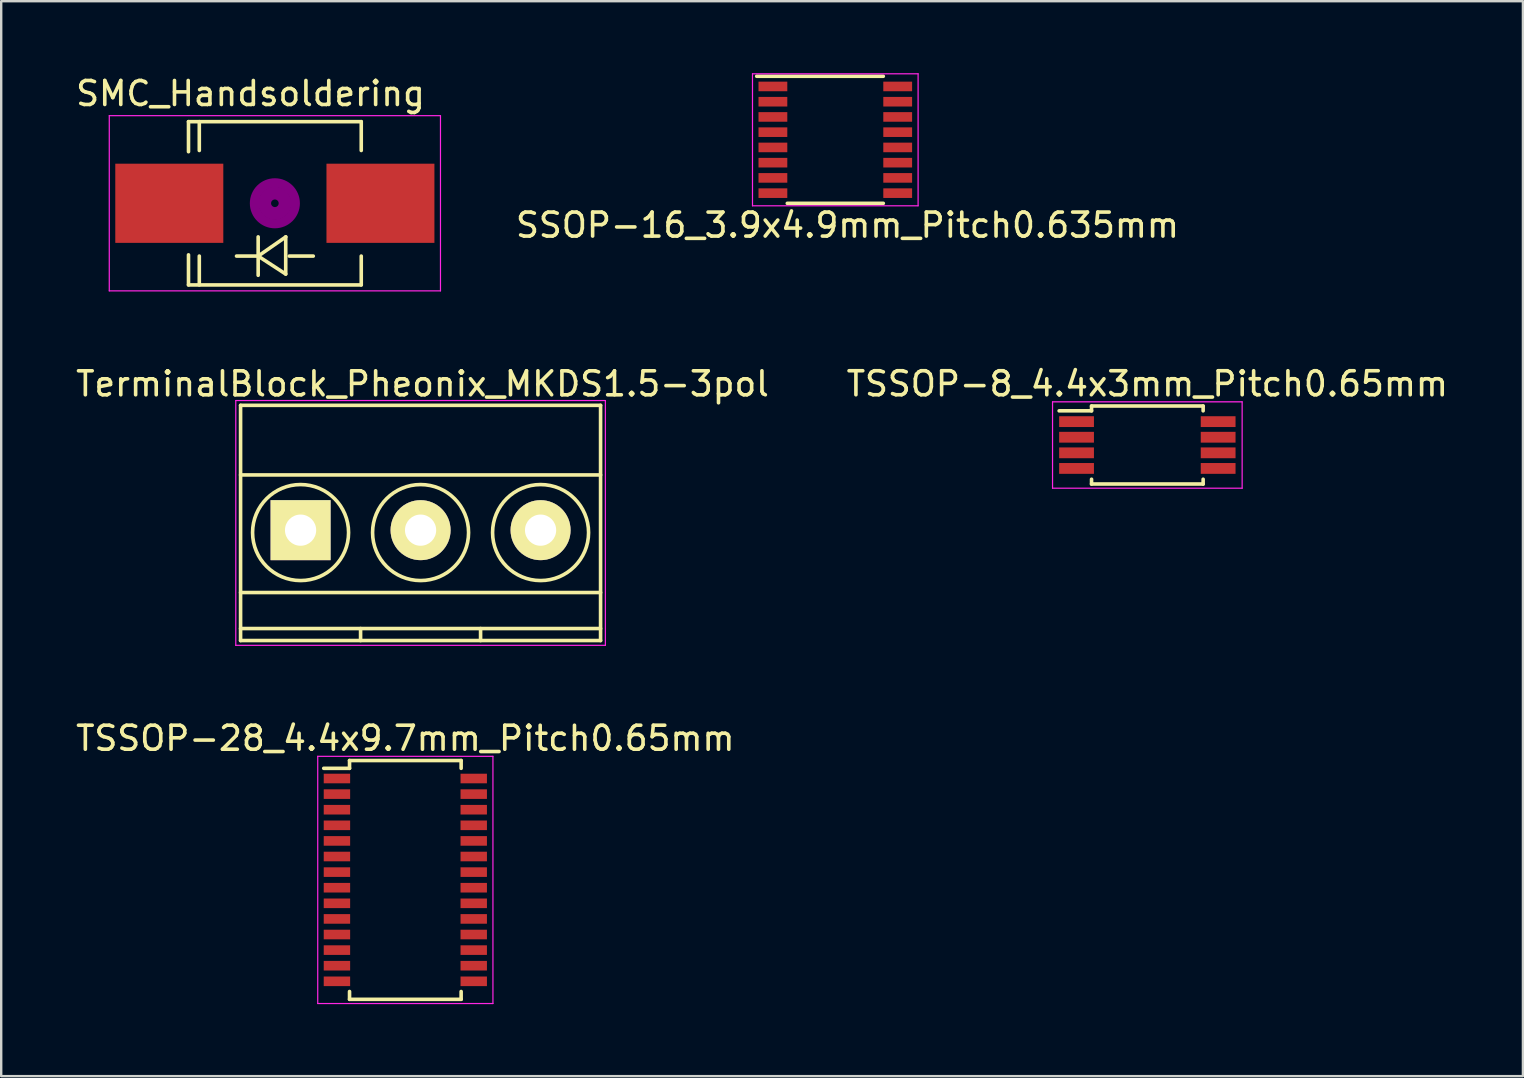
<source format=kicad_pcb>
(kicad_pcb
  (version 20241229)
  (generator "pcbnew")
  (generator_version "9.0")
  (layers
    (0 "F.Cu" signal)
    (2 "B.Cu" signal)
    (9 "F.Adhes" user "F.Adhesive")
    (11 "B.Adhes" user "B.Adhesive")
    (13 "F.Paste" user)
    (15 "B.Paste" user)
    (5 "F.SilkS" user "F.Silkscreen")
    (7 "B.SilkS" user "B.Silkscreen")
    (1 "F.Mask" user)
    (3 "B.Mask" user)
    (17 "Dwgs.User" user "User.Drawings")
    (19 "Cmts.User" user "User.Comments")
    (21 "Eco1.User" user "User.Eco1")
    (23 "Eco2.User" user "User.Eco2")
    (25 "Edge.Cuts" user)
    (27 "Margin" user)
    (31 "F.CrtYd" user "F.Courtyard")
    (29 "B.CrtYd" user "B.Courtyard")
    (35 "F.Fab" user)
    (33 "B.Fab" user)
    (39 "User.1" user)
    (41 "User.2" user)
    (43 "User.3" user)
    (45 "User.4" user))
  (footprint "SSOP-16_3.9x4.9mm_Pitch0.635mm"
    (layer "F.Cu")
    (at 31.754 2.775)
    (property "Reference" "SSOP-16_3.9x4.9mm_Pitch0.635mm" (at 0.508 3.556 0) (layer "F.SilkS") (effects (font (size 1 1) (thickness 0.15))))
    (attr smd)
    (fp_line (start -3.275 -2.647) (end 2 -2.647) (stroke (width 0.15) (type solid)) (layer "F.SilkS"))
    (fp_line (start -2 2.647) (end 2 2.647) (stroke (width 0.15) (type solid)) (layer "F.SilkS"))
    (fp_line (start -3.45 -2.75) (end -3.45 2.75) (stroke (width 0.05) (type solid)) (layer "F.CrtYd"))
    (fp_line (start -3.45 -2.75) (end 3.45 -2.75) (stroke (width 0.05) (type solid)) (layer "F.CrtYd"))
    (fp_line (start -3.45 2.75) (end 3.45 2.75) (stroke (width 0.05) (type solid)) (layer "F.CrtYd"))
    (fp_line (start 3.45 -2.75) (end 3.45 2.75) (stroke (width 0.05) (type solid)) (layer "F.CrtYd"))
    (pad "1" smd rect (at -2.6 -2.223) (size 1.2 0.4) (layers "F.Cu" "F.Mask" "F.Paste"))
    (pad "2" smd rect (at -2.6 -1.587) (size 1.2 0.4) (layers "F.Cu" "F.Mask" "F.Paste"))
    (pad "3" smd rect (at -2.6 -0.953) (size 1.2 0.4) (layers "F.Cu" "F.Mask" "F.Paste"))
    (pad "4" smd rect (at -2.6 -0.318) (size 1.2 0.4) (layers "F.Cu" "F.Mask" "F.Paste"))
    (pad "5" smd rect (at -2.6 0.318) (size 1.2 0.4) (layers "F.Cu" "F.Mask" "F.Paste"))
    (pad "6" smd rect (at -2.6 0.953) (size 1.2 0.4) (layers "F.Cu" "F.Mask" "F.Paste"))
    (pad "7" smd rect (at -2.6 1.587) (size 1.2 0.4) (layers "F.Cu" "F.Mask" "F.Paste"))
    (pad "8" smd rect (at -2.6 2.223) (size 1.2 0.4) (layers "F.Cu" "F.Mask" "F.Paste"))
    (pad "9" smd rect (at 2.6 2.223) (size 1.2 0.4) (layers "F.Cu" "F.Mask" "F.Paste"))
    (pad "10" smd rect (at 2.6 1.587) (size 1.2 0.4) (layers "F.Cu" "F.Mask" "F.Paste"))
    (pad "11" smd rect (at 2.6 0.953) (size 1.2 0.4) (layers "F.Cu" "F.Mask" "F.Paste"))
    (pad "12" smd rect (at 2.6 0.318) (size 1.2 0.4) (layers "F.Cu" "F.Mask" "F.Paste"))
    (pad "13" smd rect (at 2.6 -0.318) (size 1.2 0.4) (layers "F.Cu" "F.Mask" "F.Paste"))
    (pad "14" smd rect (at 2.6 -0.953) (size 1.2 0.4) (layers "F.Cu" "F.Mask" "F.Paste"))
    (pad "15" smd rect (at 2.6 -1.587) (size 1.2 0.4) (layers "F.Cu" "F.Mask" "F.Paste"))
    (pad "16" smd rect (at 2.6 -2.223) (size 1.2 0.4) (layers "F.Cu" "F.Mask" "F.Paste")))
  (footprint "TSSOP-8_4.4x3mm_Pitch0.65mm"
    (layer "F.Cu")
    (at 44.756 15.493)
    (property "Reference" "TSSOP-8_4.4x3mm_Pitch0.65mm" (at 0 -2.55 0) (layer "F.SilkS") (effects (font (size 1 1) (thickness 0.15))))
    (attr smd)
    (fp_line (start -2.325 -1.625) (end -2.325 -1.425) (stroke (width 0.15) (type solid)) (layer "F.SilkS"))
    (fp_line (start -2.325 -1.625) (end 2.325 -1.625) (stroke (width 0.15) (type solid)) (layer "F.SilkS"))
    (fp_line (start -2.325 -1.425) (end -3.675 -1.425) (stroke (width 0.15) (type solid)) (layer "F.SilkS"))
    (fp_line (start -2.325 1.625) (end -2.325 1.425) (stroke (width 0.15) (type solid)) (layer "F.SilkS"))
    (fp_line (start -2.325 1.625) (end 2.325 1.625) (stroke (width 0.15) (type solid)) (layer "F.SilkS"))
    (fp_line (start 2.325 -1.625) (end 2.325 -1.425) (stroke (width 0.15) (type solid)) (layer "F.SilkS"))
    (fp_line (start 2.325 1.625) (end 2.325 1.425) (stroke (width 0.15) (type solid)) (layer "F.SilkS"))
    (fp_line (start -3.95 -1.8) (end -3.95 1.8) (stroke (width 0.05) (type solid)) (layer "F.CrtYd"))
    (fp_line (start -3.95 -1.8) (end 3.95 -1.8) (stroke (width 0.05) (type solid)) (layer "F.CrtYd"))
    (fp_line (start -3.95 1.8) (end 3.95 1.8) (stroke (width 0.05) (type solid)) (layer "F.CrtYd"))
    (fp_line (start 3.95 -1.8) (end 3.95 1.8) (stroke (width 0.05) (type solid)) (layer "F.CrtYd"))
    (pad "1" smd rect (at -2.95 -0.975) (size 1.45 0.45) (layers "F.Cu" "F.Mask" "F.Paste"))
    (pad "2" smd rect (at -2.95 -0.325) (size 1.45 0.45) (layers "F.Cu" "F.Mask" "F.Paste"))
    (pad "3" smd rect (at -2.95 0.325) (size 1.45 0.45) (layers "F.Cu" "F.Mask" "F.Paste"))
    (pad "4" smd rect (at -2.95 0.975) (size 1.45 0.45) (layers "F.Cu" "F.Mask" "F.Paste"))
    (pad "5" smd rect (at 2.95 0.975) (size 1.45 0.45) (layers "F.Cu" "F.Mask" "F.Paste"))
    (pad "6" smd rect (at 2.95 0.325) (size 1.45 0.45) (layers "F.Cu" "F.Mask" "F.Paste"))
    (pad "7" smd rect (at 2.95 -0.325) (size 1.45 0.45) (layers "F.Cu" "F.Mask" "F.Paste"))
    (pad "8" smd rect (at 2.95 -0.975) (size 1.45 0.45) (layers "F.Cu" "F.Mask" "F.Paste")))
  (footprint "TSSOP-28_4.4x9.7mm_Pitch0.65mm"
    (layer "F.Cu")
    (at 13.839 33.613)
    (property "Reference" "TSSOP-28_4.4x9.7mm_Pitch0.65mm" (at 0 -5.9 0) (layer "F.SilkS") (effects (font (size 1 1) (thickness 0.15))))
    (attr smd)
    (fp_line (start -2.325 -4.975) (end -2.325 -4.65) (stroke (width 0.15) (type solid)) (layer "F.SilkS"))
    (fp_line (start -2.325 -4.975) (end 2.325 -4.975) (stroke (width 0.15) (type solid)) (layer "F.SilkS"))
    (fp_line (start -2.325 -4.65) (end -3.4 -4.65) (stroke (width 0.15) (type solid)) (layer "F.SilkS"))
    (fp_line (start -2.325 4.975) (end -2.325 4.65) (stroke (width 0.15) (type solid)) (layer "F.SilkS"))
    (fp_line (start -2.325 4.975) (end 2.325 4.975) (stroke (width 0.15) (type solid)) (layer "F.SilkS"))
    (fp_line (start 2.325 -4.975) (end 2.325 -4.65) (stroke (width 0.15) (type solid)) (layer "F.SilkS"))
    (fp_line (start 2.325 4.975) (end 2.325 4.65) (stroke (width 0.15) (type solid)) (layer "F.SilkS"))
    (fp_line (start -3.65 -5.15) (end -3.65 5.15) (stroke (width 0.05) (type solid)) (layer "F.CrtYd"))
    (fp_line (start -3.65 -5.15) (end 3.65 -5.15) (stroke (width 0.05) (type solid)) (layer "F.CrtYd"))
    (fp_line (start -3.65 5.15) (end 3.65 5.15) (stroke (width 0.05) (type solid)) (layer "F.CrtYd"))
    (fp_line (start 3.65 -5.15) (end 3.65 5.15) (stroke (width 0.05) (type solid)) (layer "F.CrtYd"))
    (pad "1" smd rect (at -2.85 -4.225) (size 1.1 0.4) (layers "F.Cu" "F.Mask" "F.Paste"))
    (pad "2" smd rect (at -2.85 -3.575) (size 1.1 0.4) (layers "F.Cu" "F.Mask" "F.Paste"))
    (pad "3" smd rect (at -2.85 -2.925) (size 1.1 0.4) (layers "F.Cu" "F.Mask" "F.Paste"))
    (pad "4" smd rect (at -2.85 -2.275) (size 1.1 0.4) (layers "F.Cu" "F.Mask" "F.Paste"))
    (pad "5" smd rect (at -2.85 -1.625) (size 1.1 0.4) (layers "F.Cu" "F.Mask" "F.Paste"))
    (pad "6" smd rect (at -2.85 -0.975) (size 1.1 0.4) (layers "F.Cu" "F.Mask" "F.Paste"))
    (pad "7" smd rect (at -2.85 -0.325) (size 1.1 0.4) (layers "F.Cu" "F.Mask" "F.Paste"))
    (pad "8" smd rect (at -2.85 0.325) (size 1.1 0.4) (layers "F.Cu" "F.Mask" "F.Paste"))
    (pad "9" smd rect (at -2.85 0.975) (size 1.1 0.4) (layers "F.Cu" "F.Mask" "F.Paste"))
    (pad "10" smd rect (at -2.85 1.625) (size 1.1 0.4) (layers "F.Cu" "F.Mask" "F.Paste"))
    (pad "11" smd rect (at -2.85 2.275) (size 1.1 0.4) (layers "F.Cu" "F.Mask" "F.Paste"))
    (pad "12" smd rect (at -2.85 2.925) (size 1.1 0.4) (layers "F.Cu" "F.Mask" "F.Paste"))
    (pad "13" smd rect (at -2.85 3.575) (size 1.1 0.4) (layers "F.Cu" "F.Mask" "F.Paste"))
    (pad "14" smd rect (at -2.85 4.225) (size 1.1 0.4) (layers "F.Cu" "F.Mask" "F.Paste"))
    (pad "15" smd rect (at 2.85 4.225) (size 1.1 0.4) (layers "F.Cu" "F.Mask" "F.Paste"))
    (pad "16" smd rect (at 2.85 3.575) (size 1.1 0.4) (layers "F.Cu" "F.Mask" "F.Paste"))
    (pad "17" smd rect (at 2.85 2.925) (size 1.1 0.4) (layers "F.Cu" "F.Mask" "F.Paste"))
    (pad "18" smd rect (at 2.85 2.275) (size 1.1 0.4) (layers "F.Cu" "F.Mask" "F.Paste"))
    (pad "19" smd rect (at 2.85 1.625) (size 1.1 0.4) (layers "F.Cu" "F.Mask" "F.Paste"))
    (pad "20" smd rect (at 2.85 0.975) (size 1.1 0.4) (layers "F.Cu" "F.Mask" "F.Paste"))
    (pad "21" smd rect (at 2.85 0.325) (size 1.1 0.4) (layers "F.Cu" "F.Mask" "F.Paste"))
    (pad "22" smd rect (at 2.85 -0.325) (size 1.1 0.4) (layers "F.Cu" "F.Mask" "F.Paste"))
    (pad "23" smd rect (at 2.85 -0.975) (size 1.1 0.4) (layers "F.Cu" "F.Mask" "F.Paste"))
    (pad "24" smd rect (at 2.85 -1.625) (size 1.1 0.4) (layers "F.Cu" "F.Mask" "F.Paste"))
    (pad "25" smd rect (at 2.85 -2.275) (size 1.1 0.4) (layers "F.Cu" "F.Mask" "F.Paste"))
    (pad "26" smd rect (at 2.85 -2.925) (size 1.1 0.4) (layers "F.Cu" "F.Mask" "F.Paste"))
    (pad "27" smd rect (at 2.85 -3.575) (size 1.1 0.4) (layers "F.Cu" "F.Mask" "F.Paste"))
    (pad "28" smd rect (at 2.85 -4.225) (size 1.1 0.4) (layers "F.Cu" "F.Mask" "F.Paste")))
  (footprint "TerminalBlock_Pheonix_MKDS1.5-3pol"
    (layer "F.Cu")
    (at 9.474 19.04)
    (property "Reference" "TerminalBlock_Pheonix_MKDS1.5-3pol" (at 5.08 -6.096 0) (layer "F.SilkS") (effects (font (size 1 1) (thickness 0.15))))
    (attr through_hole)
    (fp_line (start -2.5 -5.2) (end -2.5 4.6) (stroke (width 0.15) (type solid)) (layer "F.SilkS"))
    (fp_line (start -2.5 -2.3) (end 12.5 -2.3) (stroke (width 0.15) (type solid)) (layer "F.SilkS"))
    (fp_line (start -2.5 2.6) (end 12.5 2.6) (stroke (width 0.15) (type solid)) (layer "F.SilkS"))
    (fp_line (start -2.5 4.1) (end 12.5 4.1) (stroke (width 0.15) (type solid)) (layer "F.SilkS"))
    (fp_line (start -2.5 4.6) (end 12.5 4.6) (stroke (width 0.15) (type solid)) (layer "F.SilkS"))
    (fp_line (start 2.5 4.1) (end 2.5 4.6) (stroke (width 0.15) (type solid)) (layer "F.SilkS"))
    (fp_line (start 7.5 4.1) (end 7.5 4.6) (stroke (width 0.15) (type solid)) (layer "F.SilkS"))
    (fp_line (start 12.5 -5.2) (end -2.5 -5.2) (stroke (width 0.15) (type solid)) (layer "F.SilkS"))
    (fp_line (start 12.5 4.6) (end 12.5 -5.2) (stroke (width 0.15) (type solid)) (layer "F.SilkS"))
    (fp_circle (center 0 0.1) (end 2 0.1) (stroke (width 0.15) (type solid)) (fill no) (layer "F.SilkS"))
    (fp_circle (center 5 0.1) (end 3 0.1) (stroke (width 0.15) (type solid)) (fill no) (layer "F.SilkS"))
    (fp_circle (center 10 0.1) (end 8 0.1) (stroke (width 0.15) (type solid)) (fill no) (layer "F.SilkS"))
    (fp_line (start -2.7 -5.4) (end 12.7 -5.4) (stroke (width 0.05) (type solid)) (layer "F.CrtYd"))
    (fp_line (start -2.7 4.8) (end -2.7 -5.4) (stroke (width 0.05) (type solid)) (layer "F.CrtYd"))
    (fp_line (start 12.7 -5.4) (end 12.7 4.8) (stroke (width 0.05) (type solid)) (layer "F.CrtYd"))
    (fp_line (start 12.7 4.8) (end -2.7 4.8) (stroke (width 0.05) (type solid)) (layer "F.CrtYd"))
    (pad "1" thru_hole rect (at 0 0) (size 2.5 2.5) (drill 1.3) (layers "*.Cu" "*.Mask" "F.SilkS"))
    (pad "2" thru_hole circle (at 5 0) (size 2.5 2.5) (drill 1.3) (layers "*.Cu" "*.Mask" "F.SilkS"))
    (pad "3" thru_hole circle (at 10 0) (size 2.5 2.5) (drill 1.3) (layers "*.Cu" "*.Mask" "F.SilkS")))
  (footprint "SMC_Handsoldering"
    (layer "F.Cu")
    (at 8.403 5.42)
    (property "Reference" "SMC_Handsoldering" (at -1.016 -4.572 0) (layer "F.SilkS") (effects (font (size 1 1) (thickness 0.15))))
    (attr smd)
    (fp_line (start -3.599 -3.401) (end -3.599 -2.149) (stroke (width 0.15) (type solid)) (layer "F.SilkS"))
    (fp_line (start -3.599 -3.401) (end 3.599 -3.401) (stroke (width 0.15) (type solid)) (layer "F.SilkS"))
    (fp_line (start -3.599 3.401) (end -3.599 2.149) (stroke (width 0.15) (type solid)) (layer "F.SilkS"))
    (fp_line (start -3.599 3.401) (end 3.599 3.401) (stroke (width 0.15) (type solid)) (layer "F.SilkS"))
    (fp_line (start -3.149 -3.401) (end -3.149 -2.2) (stroke (width 0.15) (type solid)) (layer "F.SilkS"))
    (fp_line (start -3.149 3.401) (end -3.149 2.2) (stroke (width 0.15) (type solid)) (layer "F.SilkS"))
    (fp_line (start -0.699 2.2) (end 0.452 2.949) (stroke (width 0.15) (type solid)) (layer "F.SilkS"))
    (fp_line (start -0.696 1.4) (end -0.696 3) (stroke (width 0.15) (type solid)) (layer "F.SilkS"))
    (fp_line (start -0.696 2.2) (end -1.598 2.2) (stroke (width 0.15) (type solid)) (layer "F.SilkS"))
    (fp_line (start -0.696 2.2) (end 0.455 1.4) (stroke (width 0.15) (type solid)) (layer "F.SilkS"))
    (fp_line (start 0.452 2.949) (end 0.452 1.4) (stroke (width 0.15) (type solid)) (layer "F.SilkS"))
    (fp_line (start 0.602 2.2) (end 1.6 2.2) (stroke (width 0.15) (type solid)) (layer "F.SilkS"))
    (fp_line (start 3.599 -3.401) (end 3.599 -2.2) (stroke (width 0.15) (type solid)) (layer "F.SilkS"))
    (fp_line (start 3.599 3.401) (end 3.599 2.2) (stroke (width 0.15) (type solid)) (layer "F.SilkS"))
    (fp_circle (center 0 0) (end 0.15 0.051) (stroke (width 0.381) (type solid)) (fill no) (layer "F.Adhes"))
    (fp_circle (center 0 0) (end 0.5 0.051) (stroke (width 0.381) (type solid)) (fill no) (layer "F.Adhes"))
    (fp_circle (center 0 0) (end 0.851 0.051) (stroke (width 0.381) (type solid)) (fill no) (layer "F.Adhes"))
    (fp_line (start -6.9 -3.65) (end 6.9 -3.65) (stroke (width 0.05) (type solid)) (layer "F.CrtYd"))
    (fp_line (start -6.9 3.65) (end -6.9 -3.65) (stroke (width 0.05) (type solid)) (layer "F.CrtYd"))
    (fp_line (start 6.9 -3.65) (end 6.9 3.65) (stroke (width 0.05) (type solid)) (layer "F.CrtYd"))
    (fp_line (start 6.9 3.65) (end -6.9 3.65) (stroke (width 0.05) (type solid)) (layer "F.CrtYd"))
    (pad "1" smd rect (at -4.399 0 90) (size 3.299 4.501) (layers "F.Cu" "F.Mask" "F.Paste"))
    (pad "2" smd rect (at 4.399 0 90) (size 3.299 4.498) (layers "F.Cu" "F.Mask" "F.Paste")))
  (gr_rect
    (start -3 -3)
    (end 60.405 41.788)
    (stroke (width 0.1) (type default))
    (fill no)
    (layer "Edge.Cuts")))
</source>
